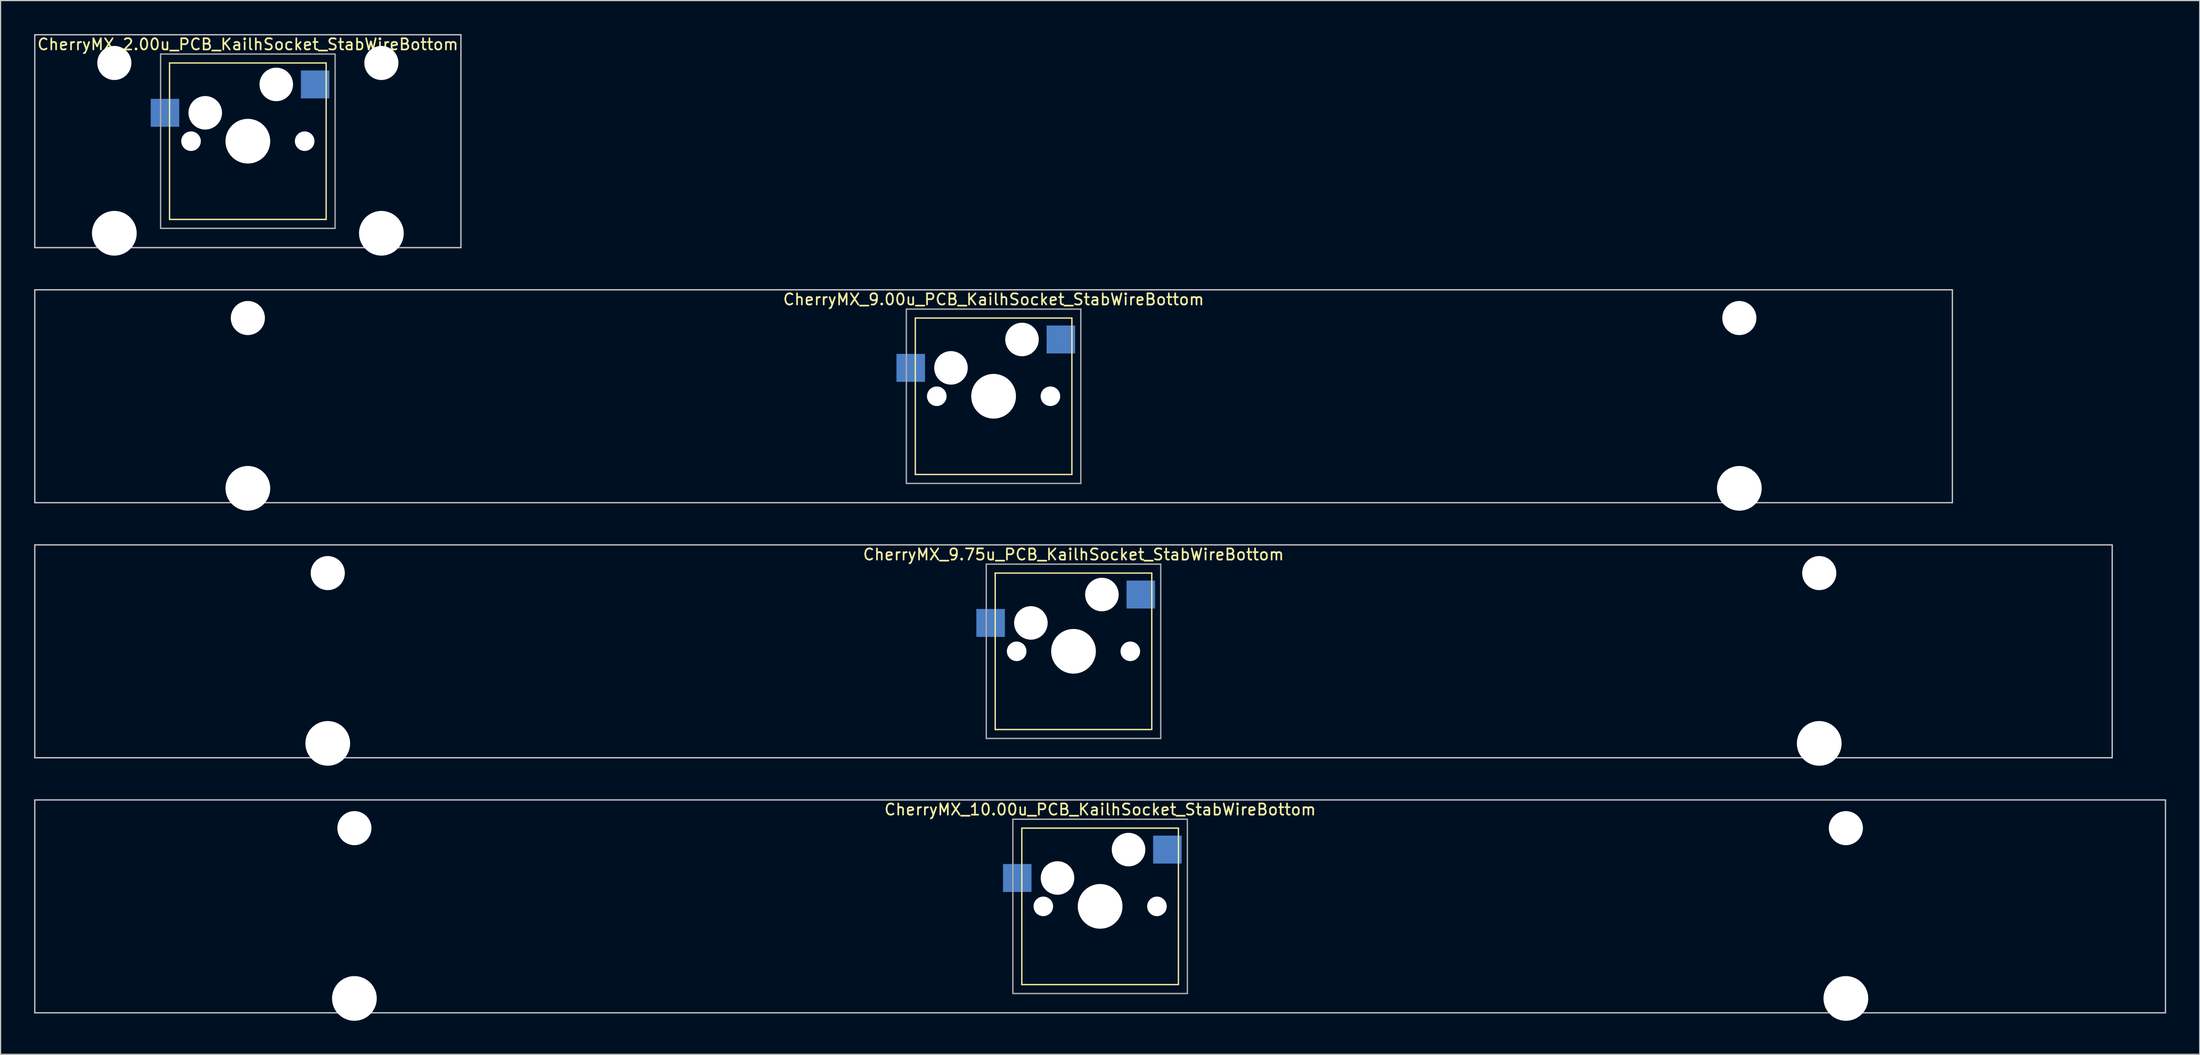
<source format=kicad_pcb>
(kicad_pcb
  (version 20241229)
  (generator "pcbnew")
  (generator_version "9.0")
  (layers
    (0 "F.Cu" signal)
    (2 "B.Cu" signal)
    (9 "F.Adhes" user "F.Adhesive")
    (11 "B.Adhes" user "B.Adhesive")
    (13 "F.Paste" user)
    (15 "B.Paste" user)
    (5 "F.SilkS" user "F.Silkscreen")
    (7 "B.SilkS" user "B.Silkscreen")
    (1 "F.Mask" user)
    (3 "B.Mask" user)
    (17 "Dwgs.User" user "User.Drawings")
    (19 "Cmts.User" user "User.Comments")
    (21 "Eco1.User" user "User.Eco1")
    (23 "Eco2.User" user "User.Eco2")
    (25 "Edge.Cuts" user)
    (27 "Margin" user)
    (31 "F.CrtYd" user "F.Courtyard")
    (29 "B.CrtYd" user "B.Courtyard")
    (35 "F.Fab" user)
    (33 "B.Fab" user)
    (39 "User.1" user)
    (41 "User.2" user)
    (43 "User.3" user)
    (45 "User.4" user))
  (footprint "CherryMX_10.00u_PCB_KailhSocket_StabWireBottom"
    (layer "F.Cu")
    (at 95.31 78.06)
    (property "Reference" "CherryMX_10.00u_PCB_KailhSocket_StabWireBottom" (at 0 -8.662 0) (layer "F.SilkS") (effects (font (size 1 1) (thickness 0.15))))
    (attr through_hole)
    (fp_line (start -7 -7) (end -7 7) (stroke (width 0.12) (type solid)) (layer "F.SilkS"))
    (fp_line (start -7 -7) (end 7 -7) (stroke (width 0.12) (type solid)) (layer "F.SilkS"))
    (fp_line (start 7 -7) (end 7 7) (stroke (width 0.12) (type solid)) (layer "F.SilkS"))
    (fp_line (start 7 7) (end -7 7) (stroke (width 0.12) (type solid)) (layer "F.SilkS"))
    (fp_line (start -95.25 -9.525) (end 95.25 -9.525) (stroke (width 0.12) (type solid)) (layer "Dwgs.User"))
    (fp_line (start -95.25 9.525) (end -95.25 -9.525) (stroke (width 0.12) (type solid)) (layer "Dwgs.User"))
    (fp_line (start 95.25 -9.525) (end 95.25 9.525) (stroke (width 0.12) (type solid)) (layer "Dwgs.User"))
    (fp_line (start 95.25 9.525) (end -95.25 9.525) (stroke (width 0.12) (type solid)) (layer "Dwgs.User"))
    (fp_line (start -7.8 -7.8) (end -7.8 7.8) (stroke (width 0.12) (type solid)) (layer "F.Fab"))
    (fp_line (start -7.8 -7.8) (end 7.8 -7.8) (stroke (width 0.12) (type solid)) (layer "F.Fab"))
    (fp_line (start -7.8 7.8) (end 7.8 7.8) (stroke (width 0.12) (type solid)) (layer "F.Fab"))
    (fp_line (start 7.8 -7.8) (end 7.8 7.8) (stroke (width 0.12) (type solid)) (layer "F.Fab"))
    (pad "" np_thru_hole circle (at -66.675 -7) (size 3.05 3.05) (drill 3.05) (layers "*.Cu" "*.Mask"))
    (pad "" np_thru_hole circle (at -66.675 8.24) (size 4 4) (drill 4) (layers "*.Cu" "*.Mask"))
    (pad "" np_thru_hole circle (at -5.08 0) (size 1.75 1.75) (drill 1.75) (layers "*.Cu" "*.Mask"))
    (pad "" np_thru_hole circle (at -3.81 -2.54) (size 3 3) (drill 3) (layers "*.Cu" "*.Mask"))
    (pad "" np_thru_hole circle (at 0 0) (size 4 4) (drill 4) (layers "*.Cu" "*.Mask"))
    (pad "" np_thru_hole circle (at 2.54 -5.08) (size 3 3) (drill 3) (layers "*.Cu" "*.Mask"))
    (pad "" np_thru_hole circle (at 5.08 0) (size 1.75 1.75) (drill 1.75) (layers "*.Cu" "*.Mask"))
    (pad "" np_thru_hole circle (at 66.675 -7) (size 3.05 3.05) (drill 3.05) (layers "*.Cu" "*.Mask"))
    (pad "" np_thru_hole circle (at 66.675 8.24) (size 4 4) (drill 4) (layers "*.Cu" "*.Mask"))
    (pad "1" smd rect (at -7.41 -2.54) (size 2.55 2.5) (layers "B.Cu" "B.Mask" "B.Paste"))
    (pad "2" smd rect (at 6.015 -5.08) (size 2.55 2.5) (layers "B.Cu" "B.Mask" "B.Paste")))
  (footprint "CherryMX_2.00u_PCB_KailhSocket_StabWireBottom"
    (layer "F.Cu")
    (at 19.11 9.585)
    (property "Reference" "CherryMX_2.00u_PCB_KailhSocket_StabWireBottom" (at 0 -8.662 0) (layer "F.SilkS") (effects (font (size 1 1) (thickness 0.15))))
    (attr through_hole)
    (fp_line (start -7 -7) (end -7 7) (stroke (width 0.12) (type solid)) (layer "F.SilkS"))
    (fp_line (start -7 -7) (end 7 -7) (stroke (width 0.12) (type solid)) (layer "F.SilkS"))
    (fp_line (start 7 -7) (end 7 7) (stroke (width 0.12) (type solid)) (layer "F.SilkS"))
    (fp_line (start 7 7) (end -7 7) (stroke (width 0.12) (type solid)) (layer "F.SilkS"))
    (fp_line (start -19.05 -9.525) (end 19.05 -9.525) (stroke (width 0.12) (type solid)) (layer "Dwgs.User"))
    (fp_line (start -19.05 9.525) (end -19.05 -9.525) (stroke (width 0.12) (type solid)) (layer "Dwgs.User"))
    (fp_line (start 19.05 -9.525) (end 19.05 9.525) (stroke (width 0.12) (type solid)) (layer "Dwgs.User"))
    (fp_line (start 19.05 9.525) (end -19.05 9.525) (stroke (width 0.12) (type solid)) (layer "Dwgs.User"))
    (fp_line (start -7.8 -7.8) (end -7.8 7.8) (stroke (width 0.12) (type solid)) (layer "F.Fab"))
    (fp_line (start -7.8 -7.8) (end 7.8 -7.8) (stroke (width 0.12) (type solid)) (layer "F.Fab"))
    (fp_line (start -7.8 7.8) (end 7.8 7.8) (stroke (width 0.12) (type solid)) (layer "F.Fab"))
    (fp_line (start 7.8 -7.8) (end 7.8 7.8) (stroke (width 0.12) (type solid)) (layer "F.Fab"))
    (pad "" np_thru_hole circle (at -11.938 -7) (size 3.05 3.05) (drill 3.05) (layers "*.Cu" "*.Mask"))
    (pad "" np_thru_hole circle (at -11.938 8.24) (size 4 4) (drill 4) (layers "*.Cu" "*.Mask"))
    (pad "" np_thru_hole circle (at -5.08 0) (size 1.75 1.75) (drill 1.75) (layers "*.Cu" "*.Mask"))
    (pad "" np_thru_hole circle (at -3.81 -2.54) (size 3 3) (drill 3) (layers "*.Cu" "*.Mask"))
    (pad "" np_thru_hole circle (at 0 0) (size 4 4) (drill 4) (layers "*.Cu" "*.Mask"))
    (pad "" np_thru_hole circle (at 2.54 -5.08) (size 3 3) (drill 3) (layers "*.Cu" "*.Mask"))
    (pad "" np_thru_hole circle (at 5.08 0) (size 1.75 1.75) (drill 1.75) (layers "*.Cu" "*.Mask"))
    (pad "" np_thru_hole circle (at 11.938 -7) (size 3.05 3.05) (drill 3.05) (layers "*.Cu" "*.Mask"))
    (pad "" np_thru_hole circle (at 11.938 8.24) (size 4 4) (drill 4) (layers "*.Cu" "*.Mask"))
    (pad "1" smd rect (at -7.41 -2.54) (size 2.55 2.5) (layers "B.Cu" "B.Mask" "B.Paste"))
    (pad "2" smd rect (at 6.015 -5.08) (size 2.55 2.5) (layers "B.Cu" "B.Mask" "B.Paste")))
  (footprint "CherryMX_9.75u_PCB_KailhSocket_StabWireBottom"
    (layer "F.Cu")
    (at 92.929 55.235)
    (property "Reference" "CherryMX_9.75u_PCB_KailhSocket_StabWireBottom" (at 0 -8.662 0) (layer "F.SilkS") (effects (font (size 1 1) (thickness 0.15))))
    (attr through_hole)
    (fp_line (start -7 -7) (end -7 7) (stroke (width 0.12) (type solid)) (layer "F.SilkS"))
    (fp_line (start -7 -7) (end 7 -7) (stroke (width 0.12) (type solid)) (layer "F.SilkS"))
    (fp_line (start 7 -7) (end 7 7) (stroke (width 0.12) (type solid)) (layer "F.SilkS"))
    (fp_line (start 7 7) (end -7 7) (stroke (width 0.12) (type solid)) (layer "F.SilkS"))
    (fp_line (start -92.869 -9.525) (end 92.869 -9.525) (stroke (width 0.12) (type solid)) (layer "Dwgs.User"))
    (fp_line (start -92.869 9.525) (end -92.869 -9.525) (stroke (width 0.12) (type solid)) (layer "Dwgs.User"))
    (fp_line (start 92.869 -9.525) (end 92.869 9.525) (stroke (width 0.12) (type solid)) (layer "Dwgs.User"))
    (fp_line (start 92.869 9.525) (end -92.869 9.525) (stroke (width 0.12) (type solid)) (layer "Dwgs.User"))
    (fp_line (start -7.8 -7.8) (end -7.8 7.8) (stroke (width 0.12) (type solid)) (layer "F.Fab"))
    (fp_line (start -7.8 -7.8) (end 7.8 -7.8) (stroke (width 0.12) (type solid)) (layer "F.Fab"))
    (fp_line (start -7.8 7.8) (end 7.8 7.8) (stroke (width 0.12) (type solid)) (layer "F.Fab"))
    (fp_line (start 7.8 -7.8) (end 7.8 7.8) (stroke (width 0.12) (type solid)) (layer "F.Fab"))
    (pad "" np_thru_hole circle (at -66.675 -7) (size 3.05 3.05) (drill 3.05) (layers "*.Cu" "*.Mask"))
    (pad "" np_thru_hole circle (at -66.675 8.24) (size 4 4) (drill 4) (layers "*.Cu" "*.Mask"))
    (pad "" np_thru_hole circle (at -5.08 0) (size 1.75 1.75) (drill 1.75) (layers "*.Cu" "*.Mask"))
    (pad "" np_thru_hole circle (at -3.81 -2.54) (size 3 3) (drill 3) (layers "*.Cu" "*.Mask"))
    (pad "" np_thru_hole circle (at 0 0) (size 4 4) (drill 4) (layers "*.Cu" "*.Mask"))
    (pad "" np_thru_hole circle (at 2.54 -5.08) (size 3 3) (drill 3) (layers "*.Cu" "*.Mask"))
    (pad "" np_thru_hole circle (at 5.08 0) (size 1.75 1.75) (drill 1.75) (layers "*.Cu" "*.Mask"))
    (pad "" np_thru_hole circle (at 66.675 -7) (size 3.05 3.05) (drill 3.05) (layers "*.Cu" "*.Mask"))
    (pad "" np_thru_hole circle (at 66.675 8.24) (size 4 4) (drill 4) (layers "*.Cu" "*.Mask"))
    (pad "1" smd rect (at -7.41 -2.54) (size 2.55 2.5) (layers "B.Cu" "B.Mask" "B.Paste"))
    (pad "2" smd rect (at 6.015 -5.08) (size 2.55 2.5) (layers "B.Cu" "B.Mask" "B.Paste")))
  (footprint "CherryMX_9.00u_PCB_KailhSocket_StabWireBottom"
    (layer "F.Cu")
    (at 85.785 32.41)
    (property "Reference" "CherryMX_9.00u_PCB_KailhSocket_StabWireBottom" (at 0 -8.662 0) (layer "F.SilkS") (effects (font (size 1 1) (thickness 0.15))))
    (attr through_hole)
    (fp_line (start -7 -7) (end -7 7) (stroke (width 0.12) (type solid)) (layer "F.SilkS"))
    (fp_line (start -7 -7) (end 7 -7) (stroke (width 0.12) (type solid)) (layer "F.SilkS"))
    (fp_line (start 7 -7) (end 7 7) (stroke (width 0.12) (type solid)) (layer "F.SilkS"))
    (fp_line (start 7 7) (end -7 7) (stroke (width 0.12) (type solid)) (layer "F.SilkS"))
    (fp_line (start -85.725 -9.525) (end 85.725 -9.525) (stroke (width 0.12) (type solid)) (layer "Dwgs.User"))
    (fp_line (start -85.725 9.525) (end -85.725 -9.525) (stroke (width 0.12) (type solid)) (layer "Dwgs.User"))
    (fp_line (start 85.725 -9.525) (end 85.725 9.525) (stroke (width 0.12) (type solid)) (layer "Dwgs.User"))
    (fp_line (start 85.725 9.525) (end -85.725 9.525) (stroke (width 0.12) (type solid)) (layer "Dwgs.User"))
    (fp_line (start -7.8 -7.8) (end -7.8 7.8) (stroke (width 0.12) (type solid)) (layer "F.Fab"))
    (fp_line (start -7.8 -7.8) (end 7.8 -7.8) (stroke (width 0.12) (type solid)) (layer "F.Fab"))
    (fp_line (start -7.8 7.8) (end 7.8 7.8) (stroke (width 0.12) (type solid)) (layer "F.Fab"))
    (fp_line (start 7.8 -7.8) (end 7.8 7.8) (stroke (width 0.12) (type solid)) (layer "F.Fab"))
    (pad "" np_thru_hole circle (at -66.675 -7) (size 3.05 3.05) (drill 3.05) (layers "*.Cu" "*.Mask"))
    (pad "" np_thru_hole circle (at -66.675 8.24) (size 4 4) (drill 4) (layers "*.Cu" "*.Mask"))
    (pad "" np_thru_hole circle (at -5.08 0) (size 1.75 1.75) (drill 1.75) (layers "*.Cu" "*.Mask"))
    (pad "" np_thru_hole circle (at -3.81 -2.54) (size 3 3) (drill 3) (layers "*.Cu" "*.Mask"))
    (pad "" np_thru_hole circle (at 0 0) (size 4 4) (drill 4) (layers "*.Cu" "*.Mask"))
    (pad "" np_thru_hole circle (at 2.54 -5.08) (size 3 3) (drill 3) (layers "*.Cu" "*.Mask"))
    (pad "" np_thru_hole circle (at 5.08 0) (size 1.75 1.75) (drill 1.75) (layers "*.Cu" "*.Mask"))
    (pad "" np_thru_hole circle (at 66.675 -7) (size 3.05 3.05) (drill 3.05) (layers "*.Cu" "*.Mask"))
    (pad "" np_thru_hole circle (at 66.675 8.24) (size 4 4) (drill 4) (layers "*.Cu" "*.Mask"))
    (pad "1" smd rect (at -7.41 -2.54) (size 2.55 2.5) (layers "B.Cu" "B.Mask" "B.Paste"))
    (pad "2" smd rect (at 6.015 -5.08) (size 2.55 2.5) (layers "B.Cu" "B.Mask" "B.Paste")))
  (gr_rect
    (start -3 -3)
    (end 193.62 91.3)
    (stroke (width 0.1) (type default))
    (fill no)
    (layer "Edge.Cuts")))
</source>
